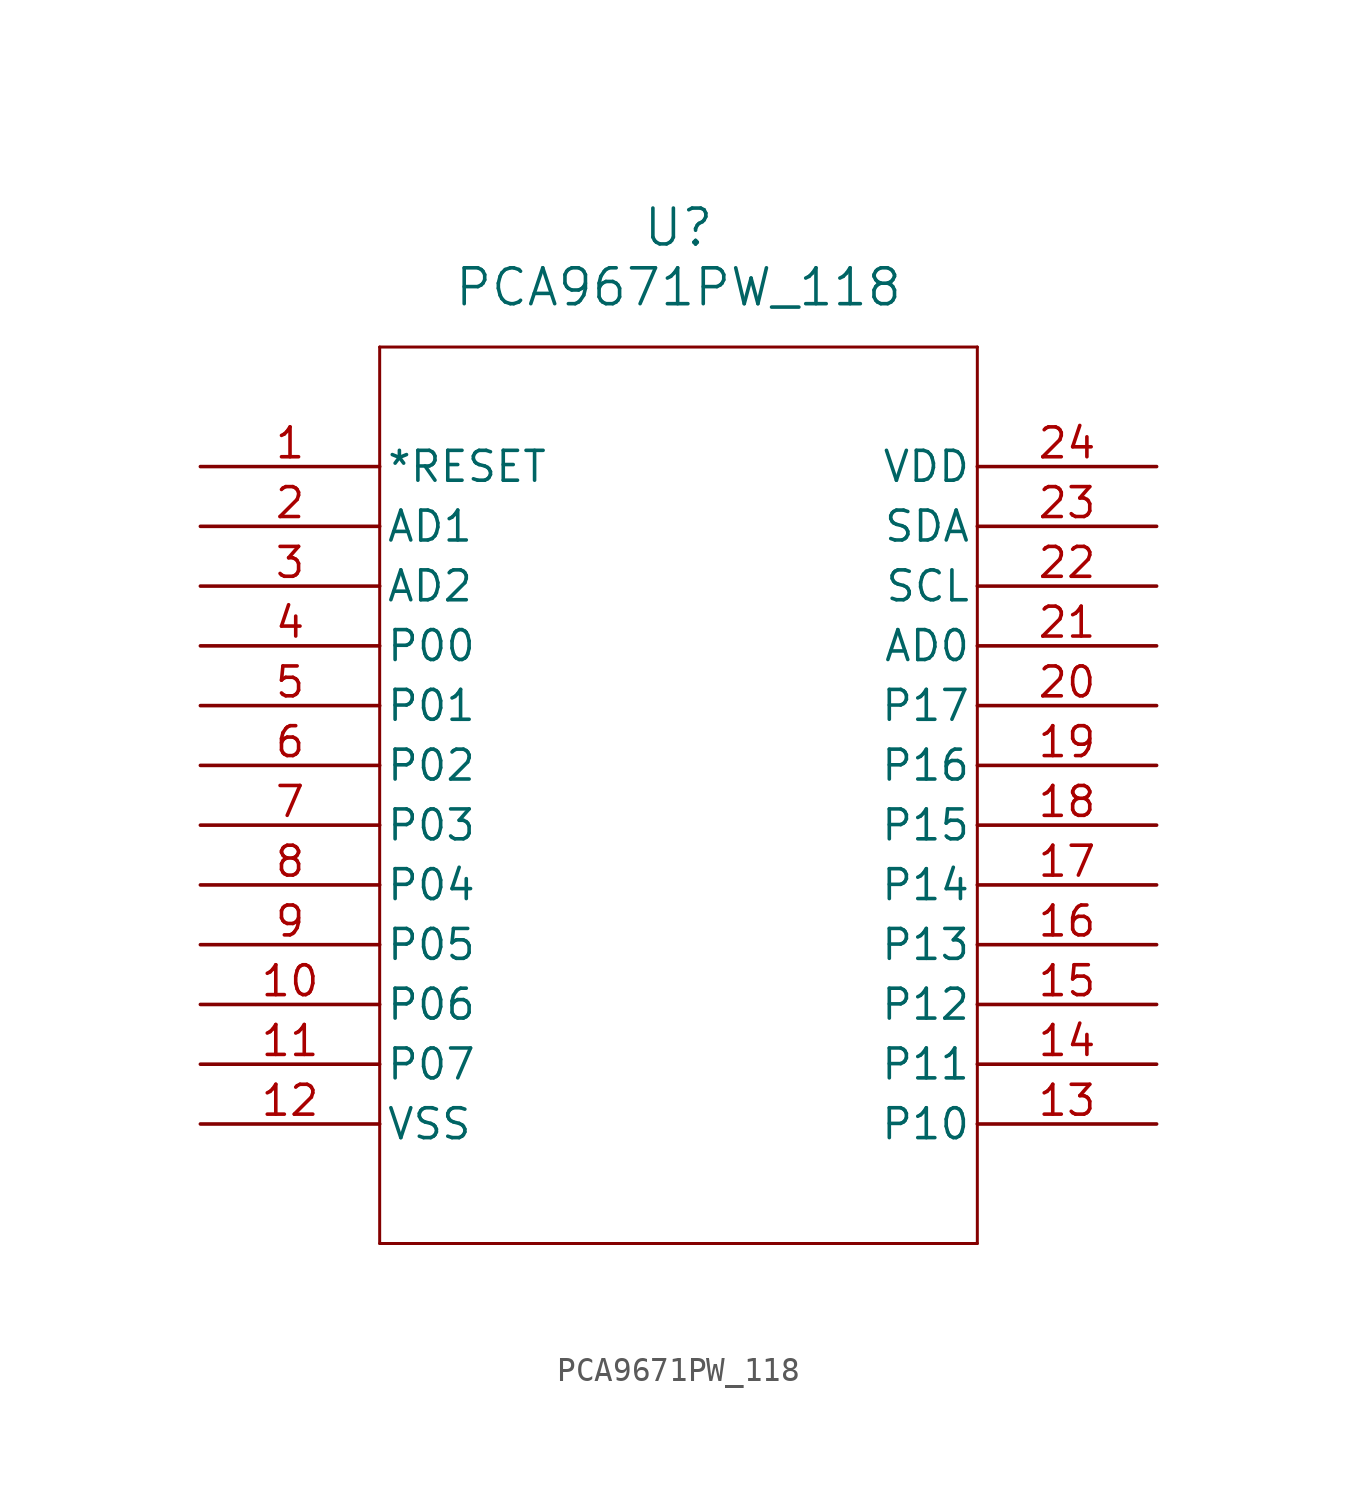
<source format=kicad_sym>
(kicad_symbol_lib
  (version 20211014)
  (generator kicad_symbol_editor)
  (symbol "PCA9671PW_118"
    (pin_names
      (offset 0.254))
    (property "Reference" "U"
      (at 20.32 10.16 0)
      (effects (font (size 1.524 1.524))))
    (property "Value" "PCA9671PW_118"
      (at 20.32 7.62 0)
      (effects (font (size 1.524 1.524))))
    (polyline
      (pts (xy 7.62 5.08) (xy 7.62 -33.02))
      (stroke (width 0.127) (type default) (color 0 0 0 0))
      (fill (type none)))
    (polyline
      (pts (xy 7.62 -33.02) (xy 33.02 -33.02))
      (stroke (width 0.127) (type default) (color 0 0 0 0))
      (fill (type none)))
    (polyline
      (pts (xy 33.02 -33.02) (xy 33.02 5.08))
      (stroke (width 0.127) (type default) (color 0 0 0 0))
      (fill (type none)))
    (polyline
      (pts (xy 33.02 5.08) (xy 7.62 5.08))
      (stroke (width 0.127) (type default) (color 0 0 0 0))
      (fill (type none)))
    (pin input line
      (at 0 0 0)
      (length 7.62)
      (name "*RESET" (effects (font (size 1.27 1.27))))
      (number "1" (effects (font (size 1.27 1.27)))))
    (pin input line
      (at 0 -2.54 0)
      (length 7.62)
      (name "AD1" (effects (font (size 1.27 1.27))))
      (number "2" (effects (font (size 1.27 1.27)))))
    (pin input line
      (at 0 -5.08 0)
      (length 7.62)
      (name "AD2" (effects (font (size 1.27 1.27))))
      (number "3" (effects (font (size 1.27 1.27)))))
    (pin bidirectional line
      (at 0 -7.62 0)
      (length 7.62)
      (name "P00" (effects (font (size 1.27 1.27))))
      (number "4" (effects (font (size 1.27 1.27)))))
    (pin bidirectional line
      (at 0 -10.16 0)
      (length 7.62)
      (name "P01" (effects (font (size 1.27 1.27))))
      (number "5" (effects (font (size 1.27 1.27)))))
    (pin bidirectional line
      (at 0 -12.7 0)
      (length 7.62)
      (name "P02" (effects (font (size 1.27 1.27))))
      (number "6" (effects (font (size 1.27 1.27)))))
    (pin bidirectional line
      (at 0 -15.24 0)
      (length 7.62)
      (name "P03" (effects (font (size 1.27 1.27))))
      (number "7" (effects (font (size 1.27 1.27)))))
    (pin bidirectional line
      (at 0 -17.78 0)
      (length 7.62)
      (name "P04" (effects (font (size 1.27 1.27))))
      (number "8" (effects (font (size 1.27 1.27)))))
    (pin bidirectional line
      (at 0 -20.32 0)
      (length 7.62)
      (name "P05" (effects (font (size 1.27 1.27))))
      (number "9" (effects (font (size 1.27 1.27)))))
    (pin bidirectional line
      (at 0 -22.86 0)
      (length 7.62)
      (name "P06" (effects (font (size 1.27 1.27))))
      (number "10" (effects (font (size 1.27 1.27)))))
    (pin bidirectional line
      (at 0 -25.4 0)
      (length 7.62)
      (name "P07" (effects (font (size 1.27 1.27))))
      (number "11" (effects (font (size 1.27 1.27)))))
    (pin power_out line
      (at 0 -27.94 0)
      (length 7.62)
      (name "VSS" (effects (font (size 1.27 1.27))))
      (number "12" (effects (font (size 1.27 1.27)))))
    (pin bidirectional line
      (at 40.64 -27.94 180)
      (length 7.62)
      (name "P10" (effects (font (size 1.27 1.27))))
      (number "13" (effects (font (size 1.27 1.27)))))
    (pin bidirectional line
      (at 40.64 -25.4 180)
      (length 7.62)
      (name "P11" (effects (font (size 1.27 1.27))))
      (number "14" (effects (font (size 1.27 1.27)))))
    (pin bidirectional line
      (at 40.64 -22.86 180)
      (length 7.62)
      (name "P12" (effects (font (size 1.27 1.27))))
      (number "15" (effects (font (size 1.27 1.27)))))
    (pin bidirectional line
      (at 40.64 -20.32 180)
      (length 7.62)
      (name "P13" (effects (font (size 1.27 1.27))))
      (number "16" (effects (font (size 1.27 1.27)))))
    (pin bidirectional line
      (at 40.64 -17.78 180)
      (length 7.62)
      (name "P14" (effects (font (size 1.27 1.27))))
      (number "17" (effects (font (size 1.27 1.27)))))
    (pin bidirectional line
      (at 40.64 -15.24 180)
      (length 7.62)
      (name "P15" (effects (font (size 1.27 1.27))))
      (number "18" (effects (font (size 1.27 1.27)))))
    (pin bidirectional line
      (at 40.64 -12.7 180)
      (length 7.62)
      (name "P16" (effects (font (size 1.27 1.27))))
      (number "19" (effects (font (size 1.27 1.27)))))
    (pin bidirectional line
      (at 40.64 -10.16 180)
      (length 7.62)
      (name "P17" (effects (font (size 1.27 1.27))))
      (number "20" (effects (font (size 1.27 1.27)))))
    (pin input line
      (at 40.64 -7.62 180)
      (length 7.62)
      (name "AD0" (effects (font (size 1.27 1.27))))
      (number "21" (effects (font (size 1.27 1.27)))))
    (pin input line
      (at 40.64 -5.08 180)
      (length 7.62)
      (name "SCL" (effects (font (size 1.27 1.27))))
      (number "22" (effects (font (size 1.27 1.27)))))
    (pin bidirectional line
      (at 40.64 -2.54 180)
      (length 7.62)
      (name "SDA" (effects (font (size 1.27 1.27))))
      (number "23" (effects (font (size 1.27 1.27)))))
    (pin power_in line
      (at 40.64 0 180)
      (length 7.62)
      (name "VDD" (effects (font (size 1.27 1.27))))
      (number "24" (effects (font (size 1.27 1.27)))))))
</source>
